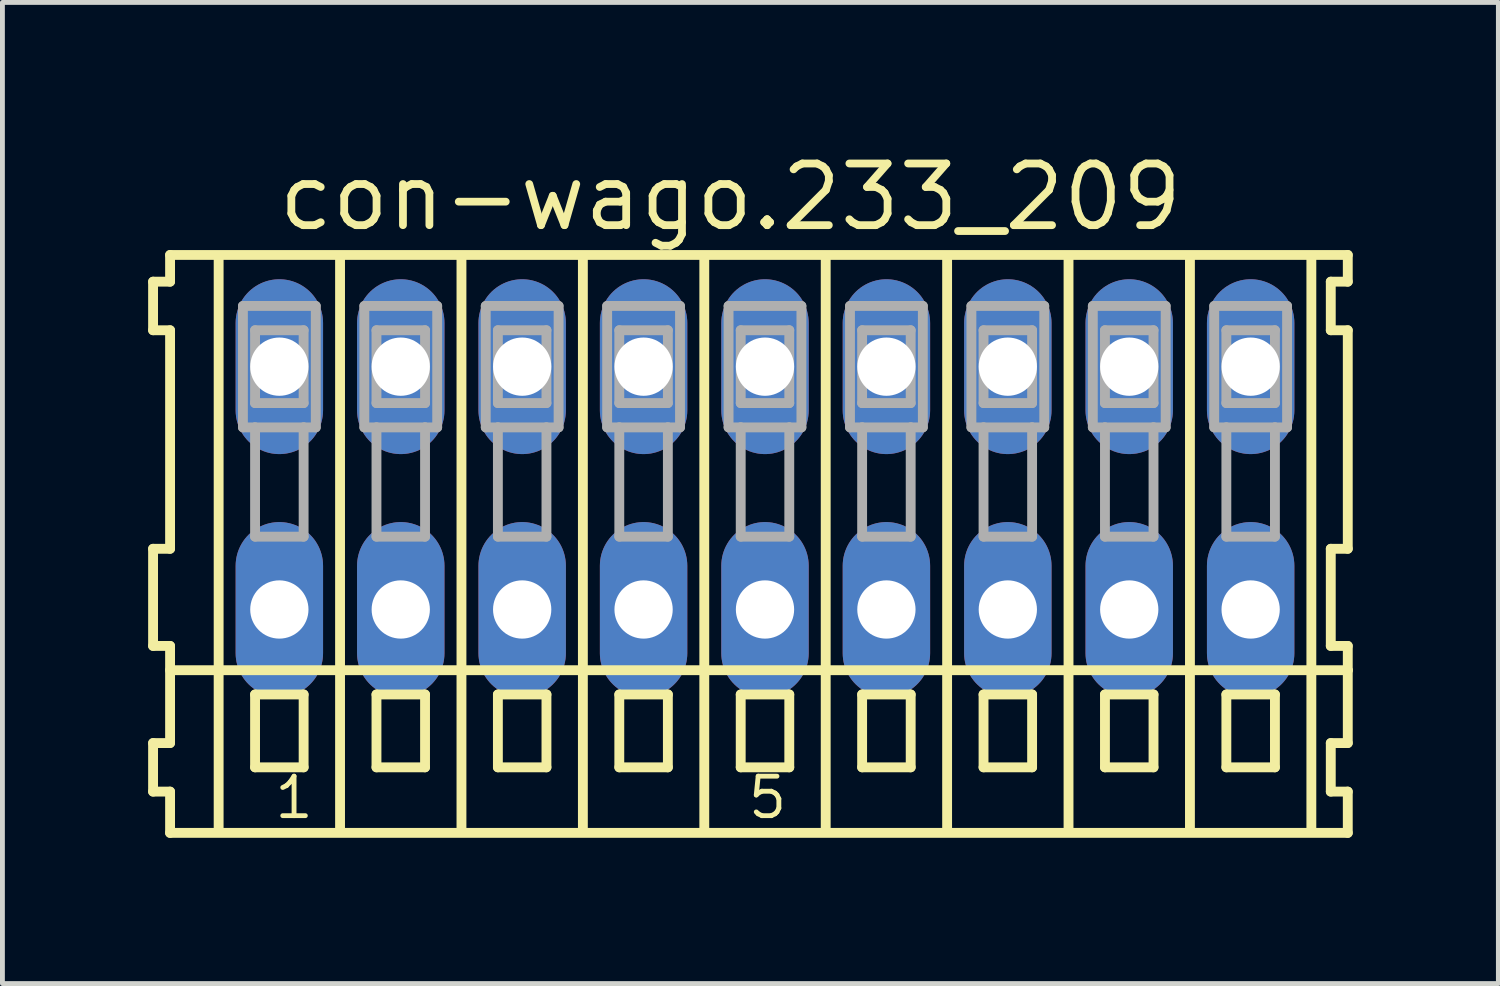
<source format=kicad_pcb>
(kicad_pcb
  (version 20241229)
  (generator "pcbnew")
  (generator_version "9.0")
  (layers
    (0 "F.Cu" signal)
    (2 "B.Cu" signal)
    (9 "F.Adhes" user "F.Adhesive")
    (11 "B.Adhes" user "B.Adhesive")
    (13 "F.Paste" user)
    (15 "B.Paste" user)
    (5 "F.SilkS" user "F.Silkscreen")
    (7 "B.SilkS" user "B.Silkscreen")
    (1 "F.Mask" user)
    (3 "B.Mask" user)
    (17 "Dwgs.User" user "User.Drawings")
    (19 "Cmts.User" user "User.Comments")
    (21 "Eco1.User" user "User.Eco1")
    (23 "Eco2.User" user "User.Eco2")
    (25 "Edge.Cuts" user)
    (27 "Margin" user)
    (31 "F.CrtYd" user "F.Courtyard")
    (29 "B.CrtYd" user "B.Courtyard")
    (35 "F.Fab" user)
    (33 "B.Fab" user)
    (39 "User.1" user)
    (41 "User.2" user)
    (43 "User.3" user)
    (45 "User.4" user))
  (footprint "con-wago.233_209"
    (layer "F.Cu")
    (at 12.702 7)
    (property "Reference" "con-wago.233_209" (at -10.1 -5.25 0) (layer "F.SilkS") (effects (font (size 1.27 1.27) (thickness 0.16)) (justify left bottom)))
    (attr through_hole)
    (fp_line (start -12.6 -4.25) (end -12.6 -3.25) (stroke (width 0.203) (type default)) (layer "F.SilkS"))
    (fp_line (start -12.6 -3.25) (end -12.25 -3.25) (stroke (width 0.203) (type default)) (layer "F.SilkS"))
    (fp_line (start -12.6 1.25) (end -12.6 3.25) (stroke (width 0.203) (type default)) (layer "F.SilkS"))
    (fp_line (start -12.6 3.25) (end -12.25 3.25) (stroke (width 0.203) (type default)) (layer "F.SilkS"))
    (fp_line (start -12.6 5.25) (end -12.6 6.25) (stroke (width 0.203) (type default)) (layer "F.SilkS"))
    (fp_line (start -12.6 6.25) (end -12.25 6.25) (stroke (width 0.203) (type default)) (layer "F.SilkS"))
    (fp_line (start -12.25 -4.8) (end -12.25 -4.25) (stroke (width 0.203) (type default)) (layer "F.SilkS"))
    (fp_line (start -12.25 -4.25) (end -12.6 -4.25) (stroke (width 0.203) (type default)) (layer "F.SilkS"))
    (fp_line (start -12.25 -3.25) (end -12.25 1.25) (stroke (width 0.203) (type default)) (layer "F.SilkS"))
    (fp_line (start -12.25 1.25) (end -12.6 1.25) (stroke (width 0.203) (type default)) (layer "F.SilkS"))
    (fp_line (start -12.25 3.25) (end -12.25 5.25) (stroke (width 0.203) (type default)) (layer "F.SilkS"))
    (fp_line (start -12.25 3.75) (end 12 3.75) (stroke (width 0.203) (type default)) (layer "F.SilkS"))
    (fp_line (start -12.25 5.25) (end -12.6 5.25) (stroke (width 0.203) (type default)) (layer "F.SilkS"))
    (fp_line (start -12.25 6.25) (end -12.25 7.1) (stroke (width 0.203) (type default)) (layer "F.SilkS"))
    (fp_line (start -12.25 7.1) (end 12 7.1) (stroke (width 0.203) (type default)) (layer "F.SilkS"))
    (fp_line (start -11.25 -4.75) (end -11.25 7) (stroke (width 0.203) (type default)) (layer "F.SilkS"))
    (fp_line (start -10.5 4.25) (end -10.5 5.75) (stroke (width 0.203) (type default)) (layer "F.SilkS"))
    (fp_line (start -10.5 5.75) (end -9.5 5.75) (stroke (width 0.203) (type default)) (layer "F.SilkS"))
    (fp_line (start -9.5 4.25) (end -10.5 4.25) (stroke (width 0.203) (type default)) (layer "F.SilkS"))
    (fp_line (start -9.5 5.75) (end -9.5 4.25) (stroke (width 0.203) (type default)) (layer "F.SilkS"))
    (fp_line (start -8.75 -4.75) (end -8.75 7) (stroke (width 0.203) (type default)) (layer "F.SilkS"))
    (fp_line (start -8 4.25) (end -8 5.75) (stroke (width 0.203) (type default)) (layer "F.SilkS"))
    (fp_line (start -8 5.75) (end -7 5.75) (stroke (width 0.203) (type default)) (layer "F.SilkS"))
    (fp_line (start -7 4.25) (end -8 4.25) (stroke (width 0.203) (type default)) (layer "F.SilkS"))
    (fp_line (start -7 5.75) (end -7 4.25) (stroke (width 0.203) (type default)) (layer "F.SilkS"))
    (fp_line (start -6.25 -4.75) (end -6.25 7) (stroke (width 0.203) (type default)) (layer "F.SilkS"))
    (fp_line (start -5.5 4.25) (end -5.5 5.75) (stroke (width 0.203) (type default)) (layer "F.SilkS"))
    (fp_line (start -5.5 5.75) (end -4.5 5.75) (stroke (width 0.203) (type default)) (layer "F.SilkS"))
    (fp_line (start -4.5 4.25) (end -5.5 4.25) (stroke (width 0.203) (type default)) (layer "F.SilkS"))
    (fp_line (start -4.5 5.75) (end -4.5 4.25) (stroke (width 0.203) (type default)) (layer "F.SilkS"))
    (fp_line (start -3.75 -4.75) (end -3.75 7) (stroke (width 0.203) (type default)) (layer "F.SilkS"))
    (fp_line (start -3 4.25) (end -3 5.75) (stroke (width 0.203) (type default)) (layer "F.SilkS"))
    (fp_line (start -3 5.75) (end -2 5.75) (stroke (width 0.203) (type default)) (layer "F.SilkS"))
    (fp_line (start -2 4.25) (end -3 4.25) (stroke (width 0.203) (type default)) (layer "F.SilkS"))
    (fp_line (start -2 5.75) (end -2 4.25) (stroke (width 0.203) (type default)) (layer "F.SilkS"))
    (fp_line (start -1.25 -4.75) (end -1.25 7) (stroke (width 0.203) (type default)) (layer "F.SilkS"))
    (fp_line (start -0.5 4.25) (end -0.5 5.75) (stroke (width 0.203) (type default)) (layer "F.SilkS"))
    (fp_line (start -0.5 5.75) (end 0.5 5.75) (stroke (width 0.203) (type default)) (layer "F.SilkS"))
    (fp_line (start 0.5 4.25) (end -0.5 4.25) (stroke (width 0.203) (type default)) (layer "F.SilkS"))
    (fp_line (start 0.5 5.75) (end 0.5 4.25) (stroke (width 0.203) (type default)) (layer "F.SilkS"))
    (fp_line (start 1.25 -4.75) (end 1.25 7) (stroke (width 0.203) (type default)) (layer "F.SilkS"))
    (fp_line (start 2 4.25) (end 2 5.75) (stroke (width 0.203) (type default)) (layer "F.SilkS"))
    (fp_line (start 2 5.75) (end 3 5.75) (stroke (width 0.203) (type default)) (layer "F.SilkS"))
    (fp_line (start 3 4.25) (end 2 4.25) (stroke (width 0.203) (type default)) (layer "F.SilkS"))
    (fp_line (start 3 5.75) (end 3 4.25) (stroke (width 0.203) (type default)) (layer "F.SilkS"))
    (fp_line (start 3.75 -4.75) (end 3.75 7) (stroke (width 0.203) (type default)) (layer "F.SilkS"))
    (fp_line (start 4.5 4.25) (end 4.5 5.75) (stroke (width 0.203) (type default)) (layer "F.SilkS"))
    (fp_line (start 4.5 5.75) (end 5.5 5.75) (stroke (width 0.203) (type default)) (layer "F.SilkS"))
    (fp_line (start 5.5 4.25) (end 4.5 4.25) (stroke (width 0.203) (type default)) (layer "F.SilkS"))
    (fp_line (start 5.5 5.75) (end 5.5 4.25) (stroke (width 0.203) (type default)) (layer "F.SilkS"))
    (fp_line (start 6.25 -4.75) (end 6.25 7) (stroke (width 0.203) (type default)) (layer "F.SilkS"))
    (fp_line (start 7 4.25) (end 7 5.75) (stroke (width 0.203) (type default)) (layer "F.SilkS"))
    (fp_line (start 7 5.75) (end 8 5.75) (stroke (width 0.203) (type default)) (layer "F.SilkS"))
    (fp_line (start 8 4.25) (end 7 4.25) (stroke (width 0.203) (type default)) (layer "F.SilkS"))
    (fp_line (start 8 5.75) (end 8 4.25) (stroke (width 0.203) (type default)) (layer "F.SilkS"))
    (fp_line (start 8.75 -4.75) (end 8.75 7) (stroke (width 0.203) (type default)) (layer "F.SilkS"))
    (fp_line (start 9.5 4.25) (end 9.5 5.75) (stroke (width 0.203) (type default)) (layer "F.SilkS"))
    (fp_line (start 9.5 5.75) (end 10.5 5.75) (stroke (width 0.203) (type default)) (layer "F.SilkS"))
    (fp_line (start 10.5 4.25) (end 9.5 4.25) (stroke (width 0.203) (type default)) (layer "F.SilkS"))
    (fp_line (start 10.5 5.75) (end 10.5 4.25) (stroke (width 0.203) (type default)) (layer "F.SilkS"))
    (fp_line (start 11.25 -4.75) (end 11.25 7) (stroke (width 0.203) (type default)) (layer "F.SilkS"))
    (fp_line (start 11.65 -4.25) (end 11.65 -3.25) (stroke (width 0.203) (type default)) (layer "F.SilkS"))
    (fp_line (start 11.65 -3.25) (end 12 -3.25) (stroke (width 0.203) (type default)) (layer "F.SilkS"))
    (fp_line (start 11.65 1.25) (end 11.65 3.25) (stroke (width 0.203) (type default)) (layer "F.SilkS"))
    (fp_line (start 11.65 3.25) (end 12 3.25) (stroke (width 0.203) (type default)) (layer "F.SilkS"))
    (fp_line (start 11.65 5.25) (end 11.65 6.25) (stroke (width 0.203) (type default)) (layer "F.SilkS"))
    (fp_line (start 11.65 6.25) (end 12 6.25) (stroke (width 0.203) (type default)) (layer "F.SilkS"))
    (fp_line (start 12 -4.8) (end -12.25 -4.8) (stroke (width 0.203) (type default)) (layer "F.SilkS"))
    (fp_line (start 12 -4.25) (end 11.65 -4.25) (stroke (width 0.203) (type default)) (layer "F.SilkS"))
    (fp_line (start 12 -4.25) (end 12 -4.8) (stroke (width 0.203) (type default)) (layer "F.SilkS"))
    (fp_line (start 12 1.25) (end 11.65 1.25) (stroke (width 0.203) (type default)) (layer "F.SilkS"))
    (fp_line (start 12 1.25) (end 12 -3.25) (stroke (width 0.203) (type default)) (layer "F.SilkS"))
    (fp_line (start 12 3.75) (end 12 3.25) (stroke (width 0.203) (type default)) (layer "F.SilkS"))
    (fp_line (start 12 5.25) (end 11.65 5.25) (stroke (width 0.203) (type default)) (layer "F.SilkS"))
    (fp_line (start 12 5.25) (end 12 3.75) (stroke (width 0.203) (type default)) (layer "F.SilkS"))
    (fp_line (start 12 7.1) (end 12 6.25) (stroke (width 0.203) (type default)) (layer "F.SilkS"))
    (fp_line (start -10.75 -3.75) (end -10.75 -1.25) (stroke (width 0.203) (type default)) (layer "F.Fab"))
    (fp_line (start -10.75 -1.25) (end -10.5 -1.25) (stroke (width 0.203) (type default)) (layer "F.Fab"))
    (fp_line (start -10.5 -3.25) (end -10.5 -1.75) (stroke (width 0.203) (type default)) (layer "F.Fab"))
    (fp_line (start -10.5 -1.75) (end -9.5 -1.75) (stroke (width 0.203) (type default)) (layer "F.Fab"))
    (fp_line (start -10.5 -1.25) (end -10.5 1) (stroke (width 0.203) (type default)) (layer "F.Fab"))
    (fp_line (start -10.5 -1.25) (end -9.5 -1.25) (stroke (width 0.203) (type default)) (layer "F.Fab"))
    (fp_line (start -10.5 1) (end -9.5 1) (stroke (width 0.203) (type default)) (layer "F.Fab"))
    (fp_line (start -9.5 -3.25) (end -10.5 -3.25) (stroke (width 0.203) (type default)) (layer "F.Fab"))
    (fp_line (start -9.5 -1.75) (end -9.5 -3.25) (stroke (width 0.203) (type default)) (layer "F.Fab"))
    (fp_line (start -9.5 -1.25) (end -9.25 -1.25) (stroke (width 0.203) (type default)) (layer "F.Fab"))
    (fp_line (start -9.5 1) (end -9.5 -1.25) (stroke (width 0.203) (type default)) (layer "F.Fab"))
    (fp_line (start -9.25 -3.75) (end -10.75 -3.75) (stroke (width 0.203) (type default)) (layer "F.Fab"))
    (fp_line (start -9.25 -1.25) (end -9.25 -3.75) (stroke (width 0.203) (type default)) (layer "F.Fab"))
    (fp_line (start -8.25 -3.75) (end -8.25 -1.25) (stroke (width 0.203) (type default)) (layer "F.Fab"))
    (fp_line (start -8.25 -1.25) (end -8 -1.25) (stroke (width 0.203) (type default)) (layer "F.Fab"))
    (fp_line (start -8 -3.25) (end -8 -1.75) (stroke (width 0.203) (type default)) (layer "F.Fab"))
    (fp_line (start -8 -1.75) (end -7 -1.75) (stroke (width 0.203) (type default)) (layer "F.Fab"))
    (fp_line (start -8 -1.25) (end -8 1) (stroke (width 0.203) (type default)) (layer "F.Fab"))
    (fp_line (start -8 -1.25) (end -7 -1.25) (stroke (width 0.203) (type default)) (layer "F.Fab"))
    (fp_line (start -8 1) (end -7 1) (stroke (width 0.203) (type default)) (layer "F.Fab"))
    (fp_line (start -7 -3.25) (end -8 -3.25) (stroke (width 0.203) (type default)) (layer "F.Fab"))
    (fp_line (start -7 -1.75) (end -7 -3.25) (stroke (width 0.203) (type default)) (layer "F.Fab"))
    (fp_line (start -7 -1.25) (end -6.75 -1.25) (stroke (width 0.203) (type default)) (layer "F.Fab"))
    (fp_line (start -7 1) (end -7 -1.25) (stroke (width 0.203) (type default)) (layer "F.Fab"))
    (fp_line (start -6.75 -3.75) (end -8.25 -3.75) (stroke (width 0.203) (type default)) (layer "F.Fab"))
    (fp_line (start -6.75 -1.25) (end -6.75 -3.75) (stroke (width 0.203) (type default)) (layer "F.Fab"))
    (fp_line (start -5.75 -3.75) (end -5.75 -1.25) (stroke (width 0.203) (type default)) (layer "F.Fab"))
    (fp_line (start -5.75 -1.25) (end -5.5 -1.25) (stroke (width 0.203) (type default)) (layer "F.Fab"))
    (fp_line (start -5.5 -3.25) (end -5.5 -1.75) (stroke (width 0.203) (type default)) (layer "F.Fab"))
    (fp_line (start -5.5 -1.75) (end -4.5 -1.75) (stroke (width 0.203) (type default)) (layer "F.Fab"))
    (fp_line (start -5.5 -1.25) (end -5.5 1) (stroke (width 0.203) (type default)) (layer "F.Fab"))
    (fp_line (start -5.5 -1.25) (end -4.5 -1.25) (stroke (width 0.203) (type default)) (layer "F.Fab"))
    (fp_line (start -5.5 1) (end -4.5 1) (stroke (width 0.203) (type default)) (layer "F.Fab"))
    (fp_line (start -4.5 -3.25) (end -5.5 -3.25) (stroke (width 0.203) (type default)) (layer "F.Fab"))
    (fp_line (start -4.5 -1.75) (end -4.5 -3.25) (stroke (width 0.203) (type default)) (layer "F.Fab"))
    (fp_line (start -4.5 -1.25) (end -4.25 -1.25) (stroke (width 0.203) (type default)) (layer "F.Fab"))
    (fp_line (start -4.5 1) (end -4.5 -1.25) (stroke (width 0.203) (type default)) (layer "F.Fab"))
    (fp_line (start -4.25 -3.75) (end -5.75 -3.75) (stroke (width 0.203) (type default)) (layer "F.Fab"))
    (fp_line (start -4.25 -1.25) (end -4.25 -3.75) (stroke (width 0.203) (type default)) (layer "F.Fab"))
    (fp_line (start -3.25 -3.75) (end -3.25 -1.25) (stroke (width 0.203) (type default)) (layer "F.Fab"))
    (fp_line (start -3.25 -1.25) (end -3 -1.25) (stroke (width 0.203) (type default)) (layer "F.Fab"))
    (fp_line (start -3 -3.25) (end -3 -1.75) (stroke (width 0.203) (type default)) (layer "F.Fab"))
    (fp_line (start -3 -1.75) (end -2 -1.75) (stroke (width 0.203) (type default)) (layer "F.Fab"))
    (fp_line (start -3 -1.25) (end -3 1) (stroke (width 0.203) (type default)) (layer "F.Fab"))
    (fp_line (start -3 -1.25) (end -2 -1.25) (stroke (width 0.203) (type default)) (layer "F.Fab"))
    (fp_line (start -3 1) (end -2 1) (stroke (width 0.203) (type default)) (layer "F.Fab"))
    (fp_line (start -2 -3.25) (end -3 -3.25) (stroke (width 0.203) (type default)) (layer "F.Fab"))
    (fp_line (start -2 -1.75) (end -2 -3.25) (stroke (width 0.203) (type default)) (layer "F.Fab"))
    (fp_line (start -2 -1.25) (end -1.75 -1.25) (stroke (width 0.203) (type default)) (layer "F.Fab"))
    (fp_line (start -2 1) (end -2 -1.25) (stroke (width 0.203) (type default)) (layer "F.Fab"))
    (fp_line (start -1.75 -3.75) (end -3.25 -3.75) (stroke (width 0.203) (type default)) (layer "F.Fab"))
    (fp_line (start -1.75 -1.25) (end -1.75 -3.75) (stroke (width 0.203) (type default)) (layer "F.Fab"))
    (fp_line (start -0.75 -3.75) (end -0.75 -1.25) (stroke (width 0.203) (type default)) (layer "F.Fab"))
    (fp_line (start -0.75 -1.25) (end -0.5 -1.25) (stroke (width 0.203) (type default)) (layer "F.Fab"))
    (fp_line (start -0.5 -3.25) (end -0.5 -1.75) (stroke (width 0.203) (type default)) (layer "F.Fab"))
    (fp_line (start -0.5 -1.75) (end 0.5 -1.75) (stroke (width 0.203) (type default)) (layer "F.Fab"))
    (fp_line (start -0.5 -1.25) (end -0.5 1) (stroke (width 0.203) (type default)) (layer "F.Fab"))
    (fp_line (start -0.5 -1.25) (end 0.5 -1.25) (stroke (width 0.203) (type default)) (layer "F.Fab"))
    (fp_line (start -0.5 1) (end 0.5 1) (stroke (width 0.203) (type default)) (layer "F.Fab"))
    (fp_line (start 0.5 -3.25) (end -0.5 -3.25) (stroke (width 0.203) (type default)) (layer "F.Fab"))
    (fp_line (start 0.5 -1.75) (end 0.5 -3.25) (stroke (width 0.203) (type default)) (layer "F.Fab"))
    (fp_line (start 0.5 -1.25) (end 0.75 -1.25) (stroke (width 0.203) (type default)) (layer "F.Fab"))
    (fp_line (start 0.5 1) (end 0.5 -1.25) (stroke (width 0.203) (type default)) (layer "F.Fab"))
    (fp_line (start 0.75 -3.75) (end -0.75 -3.75) (stroke (width 0.203) (type default)) (layer "F.Fab"))
    (fp_line (start 0.75 -1.25) (end 0.75 -3.75) (stroke (width 0.203) (type default)) (layer "F.Fab"))
    (fp_line (start 1.75 -3.75) (end 1.75 -1.25) (stroke (width 0.203) (type default)) (layer "F.Fab"))
    (fp_line (start 1.75 -1.25) (end 2 -1.25) (stroke (width 0.203) (type default)) (layer "F.Fab"))
    (fp_line (start 2 -3.25) (end 2 -1.75) (stroke (width 0.203) (type default)) (layer "F.Fab"))
    (fp_line (start 2 -1.75) (end 3 -1.75) (stroke (width 0.203) (type default)) (layer "F.Fab"))
    (fp_line (start 2 -1.25) (end 2 1) (stroke (width 0.203) (type default)) (layer "F.Fab"))
    (fp_line (start 2 -1.25) (end 3 -1.25) (stroke (width 0.203) (type default)) (layer "F.Fab"))
    (fp_line (start 2 1) (end 3 1) (stroke (width 0.203) (type default)) (layer "F.Fab"))
    (fp_line (start 3 -3.25) (end 2 -3.25) (stroke (width 0.203) (type default)) (layer "F.Fab"))
    (fp_line (start 3 -1.75) (end 3 -3.25) (stroke (width 0.203) (type default)) (layer "F.Fab"))
    (fp_line (start 3 -1.25) (end 3.25 -1.25) (stroke (width 0.203) (type default)) (layer "F.Fab"))
    (fp_line (start 3 1) (end 3 -1.25) (stroke (width 0.203) (type default)) (layer "F.Fab"))
    (fp_line (start 3.25 -3.75) (end 1.75 -3.75) (stroke (width 0.203) (type default)) (layer "F.Fab"))
    (fp_line (start 3.25 -1.25) (end 3.25 -3.75) (stroke (width 0.203) (type default)) (layer "F.Fab"))
    (fp_line (start 4.25 -3.75) (end 4.25 -1.25) (stroke (width 0.203) (type default)) (layer "F.Fab"))
    (fp_line (start 4.25 -1.25) (end 4.5 -1.25) (stroke (width 0.203) (type default)) (layer "F.Fab"))
    (fp_line (start 4.5 -3.25) (end 4.5 -1.75) (stroke (width 0.203) (type default)) (layer "F.Fab"))
    (fp_line (start 4.5 -1.75) (end 5.5 -1.75) (stroke (width 0.203) (type default)) (layer "F.Fab"))
    (fp_line (start 4.5 -1.25) (end 4.5 1) (stroke (width 0.203) (type default)) (layer "F.Fab"))
    (fp_line (start 4.5 -1.25) (end 5.5 -1.25) (stroke (width 0.203) (type default)) (layer "F.Fab"))
    (fp_line (start 4.5 1) (end 5.5 1) (stroke (width 0.203) (type default)) (layer "F.Fab"))
    (fp_line (start 5.5 -3.25) (end 4.5 -3.25) (stroke (width 0.203) (type default)) (layer "F.Fab"))
    (fp_line (start 5.5 -1.75) (end 5.5 -3.25) (stroke (width 0.203) (type default)) (layer "F.Fab"))
    (fp_line (start 5.5 -1.25) (end 5.75 -1.25) (stroke (width 0.203) (type default)) (layer "F.Fab"))
    (fp_line (start 5.5 1) (end 5.5 -1.25) (stroke (width 0.203) (type default)) (layer "F.Fab"))
    (fp_line (start 5.75 -3.75) (end 4.25 -3.75) (stroke (width 0.203) (type default)) (layer "F.Fab"))
    (fp_line (start 5.75 -1.25) (end 5.75 -3.75) (stroke (width 0.203) (type default)) (layer "F.Fab"))
    (fp_line (start 6.75 -3.75) (end 6.75 -1.25) (stroke (width 0.203) (type default)) (layer "F.Fab"))
    (fp_line (start 6.75 -1.25) (end 7 -1.25) (stroke (width 0.203) (type default)) (layer "F.Fab"))
    (fp_line (start 7 -3.25) (end 7 -1.75) (stroke (width 0.203) (type default)) (layer "F.Fab"))
    (fp_line (start 7 -1.75) (end 8 -1.75) (stroke (width 0.203) (type default)) (layer "F.Fab"))
    (fp_line (start 7 -1.25) (end 7 1) (stroke (width 0.203) (type default)) (layer "F.Fab"))
    (fp_line (start 7 -1.25) (end 8 -1.25) (stroke (width 0.203) (type default)) (layer "F.Fab"))
    (fp_line (start 7 1) (end 8 1) (stroke (width 0.203) (type default)) (layer "F.Fab"))
    (fp_line (start 8 -3.25) (end 7 -3.25) (stroke (width 0.203) (type default)) (layer "F.Fab"))
    (fp_line (start 8 -1.75) (end 8 -3.25) (stroke (width 0.203) (type default)) (layer "F.Fab"))
    (fp_line (start 8 -1.25) (end 8.25 -1.25) (stroke (width 0.203) (type default)) (layer "F.Fab"))
    (fp_line (start 8 1) (end 8 -1.25) (stroke (width 0.203) (type default)) (layer "F.Fab"))
    (fp_line (start 8.25 -3.75) (end 6.75 -3.75) (stroke (width 0.203) (type default)) (layer "F.Fab"))
    (fp_line (start 8.25 -1.25) (end 8.25 -3.75) (stroke (width 0.203) (type default)) (layer "F.Fab"))
    (fp_line (start 9.25 -3.75) (end 9.25 -1.25) (stroke (width 0.203) (type default)) (layer "F.Fab"))
    (fp_line (start 9.25 -1.25) (end 9.5 -1.25) (stroke (width 0.203) (type default)) (layer "F.Fab"))
    (fp_line (start 9.5 -3.25) (end 9.5 -1.75) (stroke (width 0.203) (type default)) (layer "F.Fab"))
    (fp_line (start 9.5 -1.75) (end 10.5 -1.75) (stroke (width 0.203) (type default)) (layer "F.Fab"))
    (fp_line (start 9.5 -1.25) (end 9.5 1) (stroke (width 0.203) (type default)) (layer "F.Fab"))
    (fp_line (start 9.5 -1.25) (end 10.5 -1.25) (stroke (width 0.203) (type default)) (layer "F.Fab"))
    (fp_line (start 9.5 1) (end 10.5 1) (stroke (width 0.203) (type default)) (layer "F.Fab"))
    (fp_line (start 10.5 -3.25) (end 9.5 -3.25) (stroke (width 0.203) (type default)) (layer "F.Fab"))
    (fp_line (start 10.5 -1.75) (end 10.5 -3.25) (stroke (width 0.203) (type default)) (layer "F.Fab"))
    (fp_line (start 10.5 -1.25) (end 10.75 -1.25) (stroke (width 0.203) (type default)) (layer "F.Fab"))
    (fp_line (start 10.5 1) (end 10.5 -1.25) (stroke (width 0.203) (type default)) (layer "F.Fab"))
    (fp_line (start 10.75 -3.75) (end 9.25 -3.75) (stroke (width 0.203) (type default)) (layer "F.Fab"))
    (fp_line (start 10.75 -1.25) (end 10.75 -3.75) (stroke (width 0.203) (type default)) (layer "F.Fab"))
    (fp_text user "1" (at -10.15 6.85 0) (layer "F.SilkS") (effects (font (size 0.813 0.813) (thickness 0.1)) (justify left bottom)))
    (fp_text user "5" (at -0.4 6.85 0) (layer "F.SilkS") (effects (font (size 0.813 0.813) (thickness 0.1)) (justify left bottom)))
    (pad "A1" thru_hole oval (at -10 -2.5 90) (size 3.6 1.8) (drill 1.2) (layers "*.Cu" "*.Mask"))
    (pad "A2" thru_hole oval (at -7.5 -2.5 90) (size 3.6 1.8) (drill 1.2) (layers "*.Cu" "*.Mask"))
    (pad "A3" thru_hole oval (at -5 -2.5 90) (size 3.6 1.8) (drill 1.2) (layers "*.Cu" "*.Mask"))
    (pad "A4" thru_hole oval (at -2.5 -2.5 90) (size 3.6 1.8) (drill 1.2) (layers "*.Cu" "*.Mask"))
    (pad "A5" thru_hole oval (at 0 -2.5 90) (size 3.6 1.8) (drill 1.2) (layers "*.Cu" "*.Mask"))
    (pad "A6" thru_hole oval (at 2.5 -2.5 90) (size 3.6 1.8) (drill 1.2) (layers "*.Cu" "*.Mask"))
    (pad "A7" thru_hole oval (at 5 -2.5 90) (size 3.6 1.8) (drill 1.2) (layers "*.Cu" "*.Mask"))
    (pad "A8" thru_hole oval (at 7.5 -2.5 90) (size 3.6 1.8) (drill 1.2) (layers "*.Cu" "*.Mask"))
    (pad "A9" thru_hole oval (at 10 -2.5 90) (size 3.6 1.8) (drill 1.2) (layers "*.Cu" "*.Mask"))
    (pad "B1" thru_hole oval (at -10 2.5 90) (size 3.6 1.8) (drill 1.2) (layers "*.Cu" "*.Mask"))
    (pad "B2" thru_hole oval (at -7.5 2.5 90) (size 3.6 1.8) (drill 1.2) (layers "*.Cu" "*.Mask"))
    (pad "B3" thru_hole oval (at -5 2.5 90) (size 3.6 1.8) (drill 1.2) (layers "*.Cu" "*.Mask"))
    (pad "B4" thru_hole oval (at -2.5 2.5 90) (size 3.6 1.8) (drill 1.2) (layers "*.Cu" "*.Mask"))
    (pad "B5" thru_hole oval (at 0 2.5 90) (size 3.6 1.8) (drill 1.2) (layers "*.Cu" "*.Mask"))
    (pad "B6" thru_hole oval (at 2.5 2.5 90) (size 3.6 1.8) (drill 1.2) (layers "*.Cu" "*.Mask"))
    (pad "B7" thru_hole oval (at 5 2.5 90) (size 3.6 1.8) (drill 1.2) (layers "*.Cu" "*.Mask"))
    (pad "B8" thru_hole oval (at 7.5 2.5 90) (size 3.6 1.8) (drill 1.2) (layers "*.Cu" "*.Mask"))
    (pad "B9" thru_hole oval (at 10 2.5 90) (size 3.6 1.8) (drill 1.2) (layers "*.Cu" "*.Mask")))
  (gr_rect
    (start -3 -3)
    (end 27.803 17.202)
    (stroke (width 0.1) (type default))
    (fill no)
    (layer "Edge.Cuts")))
</source>
